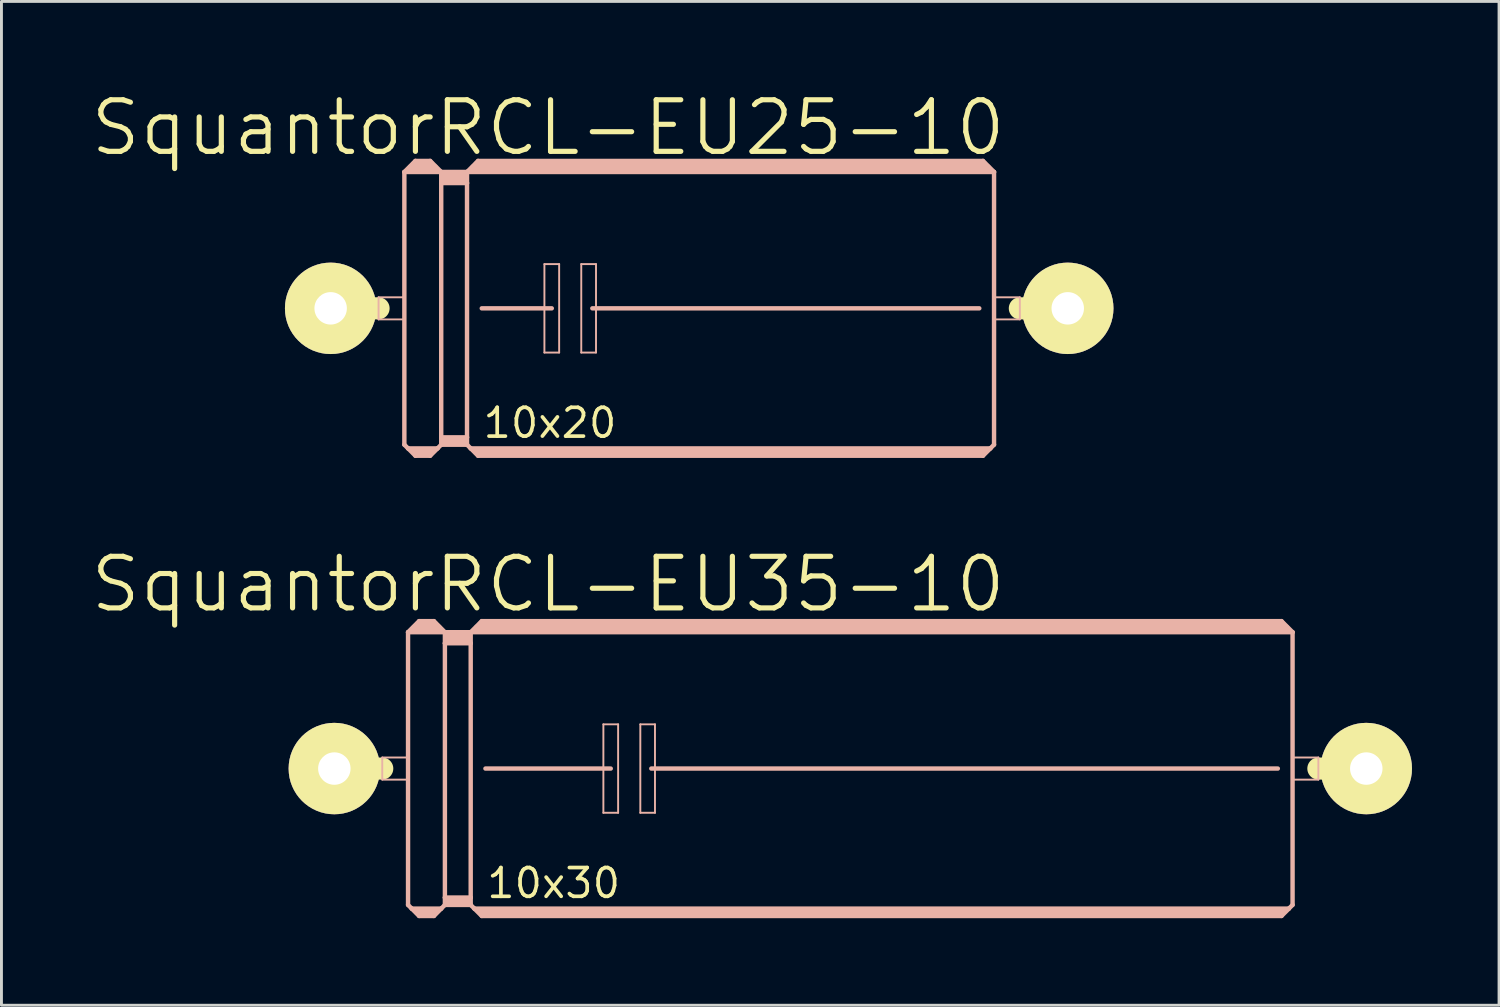
<source format=kicad_pcb>
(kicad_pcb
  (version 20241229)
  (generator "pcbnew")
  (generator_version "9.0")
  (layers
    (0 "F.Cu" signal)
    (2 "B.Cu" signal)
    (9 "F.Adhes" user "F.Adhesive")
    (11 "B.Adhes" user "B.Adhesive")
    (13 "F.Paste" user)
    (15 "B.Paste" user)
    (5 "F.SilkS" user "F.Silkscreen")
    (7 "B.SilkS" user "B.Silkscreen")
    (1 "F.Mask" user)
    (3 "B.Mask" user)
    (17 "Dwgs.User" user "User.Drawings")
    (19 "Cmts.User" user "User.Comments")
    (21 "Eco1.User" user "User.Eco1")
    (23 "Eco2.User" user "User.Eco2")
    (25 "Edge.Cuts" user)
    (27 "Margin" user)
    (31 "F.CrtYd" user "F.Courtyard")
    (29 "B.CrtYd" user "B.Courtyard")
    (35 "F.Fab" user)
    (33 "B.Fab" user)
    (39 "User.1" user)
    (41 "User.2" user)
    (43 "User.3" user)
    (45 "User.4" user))
  (footprint "SquantorRCL-EU25-10"
    (layer "F.Cu")
    (at 21.044 7.575)
    (property "Reference" "SquantorRCL-EU25-10" (at -5.207 -6.223 0) (layer "F.SilkS") (effects (font (size 1.778 1.778) (thickness 0.178))))
    (attr exclude_from_pos_files exclude_from_bom)
    (fp_line (start -12.7 0) (end -11.049 0) (stroke (width 0.762) (type solid)) (layer "F.SilkS"))
    (fp_line (start 12.7 0) (end 11.049 0) (stroke (width 0.762) (type solid)) (layer "F.SilkS"))
    (fp_line (start -11.049 -0.381) (end -10.16 -0.381) (stroke (width 0.066) (type solid)) (layer "B.SilkS"))
    (fp_line (start -11.049 0.381) (end -11.049 -0.381) (stroke (width 0.066) (type solid)) (layer "B.SilkS"))
    (fp_line (start -11.049 0.381) (end -10.16 0.381) (stroke (width 0.066) (type solid)) (layer "B.SilkS"))
    (fp_line (start -10.16 -4.699) (end -10.16 4.699) (stroke (width 0.152) (type solid)) (layer "B.SilkS"))
    (fp_line (start -10.16 -4.699) (end -9.779 -5.08) (stroke (width 0.152) (type solid)) (layer "B.SilkS"))
    (fp_line (start -10.16 -4.699) (end -8.89 -4.699) (stroke (width 0.152) (type solid)) (layer "B.SilkS"))
    (fp_line (start -10.16 0.381) (end -10.16 -0.381) (stroke (width 0.066) (type solid)) (layer "B.SilkS"))
    (fp_line (start -10.16 4.699) (end -10.033 4.826) (stroke (width 0.152) (type solid)) (layer "B.SilkS"))
    (fp_line (start -10.033 4.826) (end -9.779 5.08) (stroke (width 0.152) (type solid)) (layer "B.SilkS"))
    (fp_line (start -10.033 4.826) (end -9.017 4.826) (stroke (width 0.152) (type solid)) (layer "B.SilkS"))
    (fp_line (start -9.906 -4.826) (end -9.144 -4.826) (stroke (width 0.305) (type solid)) (layer "B.SilkS"))
    (fp_line (start -9.779 -5.08) (end -9.271 -5.08) (stroke (width 0.152) (type solid)) (layer "B.SilkS"))
    (fp_line (start -9.779 -4.953) (end -9.271 -4.953) (stroke (width 0.305) (type solid)) (layer "B.SilkS"))
    (fp_line (start -9.779 4.953) (end -9.271 4.953) (stroke (width 0.254) (type solid)) (layer "B.SilkS"))
    (fp_line (start -9.779 5.08) (end -9.271 5.08) (stroke (width 0.152) (type solid)) (layer "B.SilkS"))
    (fp_line (start -9.017 4.826) (end -9.271 5.08) (stroke (width 0.152) (type solid)) (layer "B.SilkS"))
    (fp_line (start -8.89 -4.699) (end -9.271 -5.08) (stroke (width 0.152) (type solid)) (layer "B.SilkS"))
    (fp_line (start -8.89 -4.699) (end -8.89 -4.318) (stroke (width 0.152) (type solid)) (layer "B.SilkS"))
    (fp_line (start -8.89 -4.699) (end -8.001 -4.699) (stroke (width 0.152) (type solid)) (layer "B.SilkS"))
    (fp_line (start -8.89 -4.318) (end -8.001 -4.318) (stroke (width 0.152) (type solid)) (layer "B.SilkS"))
    (fp_line (start -8.89 4.445) (end -8.89 -4.318) (stroke (width 0.152) (type solid)) (layer "B.SilkS"))
    (fp_line (start -8.89 4.445) (end -8.001 4.445) (stroke (width 0.152) (type solid)) (layer "B.SilkS"))
    (fp_line (start -8.89 4.699) (end -9.017 4.826) (stroke (width 0.152) (type solid)) (layer "B.SilkS"))
    (fp_line (start -8.89 4.699) (end -8.89 4.445) (stroke (width 0.152) (type solid)) (layer "B.SilkS"))
    (fp_line (start -8.89 4.699) (end -8.001 4.699) (stroke (width 0.152) (type solid)) (layer "B.SilkS"))
    (fp_line (start -8.76 -4.572) (end -8.128 -4.572) (stroke (width 0.305) (type solid)) (layer "B.SilkS"))
    (fp_line (start -8.76 -4.445) (end -8.128 -4.445) (stroke (width 0.305) (type solid)) (layer "B.SilkS"))
    (fp_line (start -8.76 4.572) (end -8.128 4.572) (stroke (width 0.254) (type solid)) (layer "B.SilkS"))
    (fp_line (start -8.001 -4.699) (end -8.001 -4.318) (stroke (width 0.152) (type solid)) (layer "B.SilkS"))
    (fp_line (start -8.001 -4.699) (end 10.16 -4.699) (stroke (width 0.152) (type solid)) (layer "B.SilkS"))
    (fp_line (start -8.001 -4.318) (end -8.001 4.445) (stroke (width 0.152) (type solid)) (layer "B.SilkS"))
    (fp_line (start -8.001 4.445) (end -8.001 4.699) (stroke (width 0.152) (type solid)) (layer "B.SilkS"))
    (fp_line (start -7.874 4.826) (end -8.001 4.699) (stroke (width 0.152) (type solid)) (layer "B.SilkS"))
    (fp_line (start -7.874 4.826) (end 10.033 4.826) (stroke (width 0.152) (type solid)) (layer "B.SilkS"))
    (fp_line (start -7.747 -4.826) (end 9.906 -4.826) (stroke (width 0.305) (type solid)) (layer "B.SilkS"))
    (fp_line (start -7.62 -5.08) (end -8.001 -4.699) (stroke (width 0.152) (type solid)) (layer "B.SilkS"))
    (fp_line (start -7.62 -5.08) (end 9.779 -5.08) (stroke (width 0.152) (type solid)) (layer "B.SilkS"))
    (fp_line (start -7.62 -4.953) (end 9.779 -4.953) (stroke (width 0.305) (type solid)) (layer "B.SilkS"))
    (fp_line (start -7.62 4.953) (end 9.779 4.953) (stroke (width 0.254) (type solid)) (layer "B.SilkS"))
    (fp_line (start -7.62 5.08) (end -7.874 4.826) (stroke (width 0.152) (type solid)) (layer "B.SilkS"))
    (fp_line (start -7.62 5.08) (end 9.779 5.08) (stroke (width 0.152) (type solid)) (layer "B.SilkS"))
    (fp_line (start -7.493 0) (end -5.08 0) (stroke (width 0.152) (type solid)) (layer "B.SilkS"))
    (fp_line (start -5.334 -1.524) (end -4.826 -1.524) (stroke (width 0.066) (type solid)) (layer "B.SilkS"))
    (fp_line (start -5.334 1.524) (end -5.334 -1.524) (stroke (width 0.066) (type solid)) (layer "B.SilkS"))
    (fp_line (start -5.334 1.524) (end -4.826 1.524) (stroke (width 0.066) (type solid)) (layer "B.SilkS"))
    (fp_line (start -4.826 1.524) (end -4.826 -1.524) (stroke (width 0.066) (type solid)) (layer "B.SilkS"))
    (fp_line (start -4.064 -1.524) (end -3.556 -1.524) (stroke (width 0.066) (type solid)) (layer "B.SilkS"))
    (fp_line (start -4.064 1.524) (end -4.064 -1.524) (stroke (width 0.066) (type solid)) (layer "B.SilkS"))
    (fp_line (start -4.064 1.524) (end -3.556 1.524) (stroke (width 0.066) (type solid)) (layer "B.SilkS"))
    (fp_line (start -3.683 0) (end 9.652 0) (stroke (width 0.152) (type solid)) (layer "B.SilkS"))
    (fp_line (start -3.556 1.524) (end -3.556 -1.524) (stroke (width 0.066) (type solid)) (layer "B.SilkS"))
    (fp_line (start 9.779 -5.08) (end 10.16 -4.699) (stroke (width 0.152) (type solid)) (layer "B.SilkS"))
    (fp_line (start 9.779 5.08) (end 10.033 4.826) (stroke (width 0.152) (type solid)) (layer "B.SilkS"))
    (fp_line (start 10.033 4.826) (end 10.16 4.699) (stroke (width 0.152) (type solid)) (layer "B.SilkS"))
    (fp_line (start 10.16 -4.699) (end 10.16 4.699) (stroke (width 0.152) (type solid)) (layer "B.SilkS"))
    (fp_line (start 10.16 -0.381) (end 11.049 -0.381) (stroke (width 0.066) (type solid)) (layer "B.SilkS"))
    (fp_line (start 10.16 0.381) (end 10.16 -0.381) (stroke (width 0.066) (type solid)) (layer "B.SilkS"))
    (fp_line (start 10.16 0.381) (end 11.049 0.381) (stroke (width 0.066) (type solid)) (layer "B.SilkS"))
    (fp_line (start 11.049 0.381) (end 11.049 -0.381) (stroke (width 0.066) (type solid)) (layer "B.SilkS"))
    (fp_text user "10x20" (at -5.144 3.95 0) (layer "F.SilkS") (effects (font (size 0.991 0.991) (thickness 0.127))))
    (pad "1" thru_hole circle (at -12.7 0) (size 3.15 3.15) (drill 1.118) (layers "*.Cu" "F.Mask" "F.SilkS" "F.Paste"))
    (pad "2" thru_hole circle (at 12.7 0) (size 3.15 3.15) (drill 1.118) (layers "*.Cu" "F.Mask" "F.SilkS" "F.Paste")))
  (footprint "SquantorRCL-EU35-10"
    (layer "F.Cu")
    (at 26.251 23.434)
    (property "Reference" "SquantorRCL-EU35-10" (at -10.414 -6.35 0) (layer "F.SilkS") (effects (font (size 1.778 1.778) (thickness 0.178))))
    (attr exclude_from_pos_files exclude_from_bom)
    (fp_line (start -17.78 0) (end -16.129 0) (stroke (width 0.762) (type solid)) (layer "F.SilkS"))
    (fp_line (start 17.78 0) (end 16.129 0) (stroke (width 0.762) (type solid)) (layer "F.SilkS"))
    (fp_line (start -16.129 -0.381) (end -15.24 -0.381) (stroke (width 0.066) (type solid)) (layer "B.SilkS"))
    (fp_line (start -16.129 0.381) (end -16.129 -0.381) (stroke (width 0.066) (type solid)) (layer "B.SilkS"))
    (fp_line (start -16.129 0.381) (end -15.24 0.381) (stroke (width 0.066) (type solid)) (layer "B.SilkS"))
    (fp_line (start -15.24 -4.699) (end -15.24 4.699) (stroke (width 0.152) (type solid)) (layer "B.SilkS"))
    (fp_line (start -15.24 -4.699) (end -14.859 -5.08) (stroke (width 0.152) (type solid)) (layer "B.SilkS"))
    (fp_line (start -15.24 -4.699) (end -13.97 -4.699) (stroke (width 0.152) (type solid)) (layer "B.SilkS"))
    (fp_line (start -15.24 0.381) (end -15.24 -0.381) (stroke (width 0.066) (type solid)) (layer "B.SilkS"))
    (fp_line (start -15.24 4.699) (end -15.113 4.826) (stroke (width 0.152) (type solid)) (layer "B.SilkS"))
    (fp_line (start -15.113 4.826) (end -14.859 5.08) (stroke (width 0.152) (type solid)) (layer "B.SilkS"))
    (fp_line (start -15.113 4.826) (end -14.097 4.826) (stroke (width 0.152) (type solid)) (layer "B.SilkS"))
    (fp_line (start -14.986 -4.826) (end -14.224 -4.826) (stroke (width 0.305) (type solid)) (layer "B.SilkS"))
    (fp_line (start -14.859 -5.08) (end -14.348 -5.08) (stroke (width 0.152) (type solid)) (layer "B.SilkS"))
    (fp_line (start -14.859 -4.953) (end -14.348 -4.953) (stroke (width 0.305) (type solid)) (layer "B.SilkS"))
    (fp_line (start -14.859 4.953) (end -14.348 4.953) (stroke (width 0.254) (type solid)) (layer "B.SilkS"))
    (fp_line (start -14.859 5.08) (end -14.348 5.08) (stroke (width 0.152) (type solid)) (layer "B.SilkS"))
    (fp_line (start -14.097 4.826) (end -14.348 5.08) (stroke (width 0.152) (type solid)) (layer "B.SilkS"))
    (fp_line (start -13.97 -4.699) (end -14.348 -5.08) (stroke (width 0.152) (type solid)) (layer "B.SilkS"))
    (fp_line (start -13.97 -4.699) (end -13.97 -4.318) (stroke (width 0.152) (type solid)) (layer "B.SilkS"))
    (fp_line (start -13.97 -4.699) (end -13.081 -4.699) (stroke (width 0.152) (type solid)) (layer "B.SilkS"))
    (fp_line (start -13.97 -4.318) (end -13.081 -4.318) (stroke (width 0.152) (type solid)) (layer "B.SilkS"))
    (fp_line (start -13.97 4.445) (end -13.97 -4.318) (stroke (width 0.152) (type solid)) (layer "B.SilkS"))
    (fp_line (start -13.97 4.445) (end -13.081 4.445) (stroke (width 0.152) (type solid)) (layer "B.SilkS"))
    (fp_line (start -13.97 4.699) (end -14.097 4.826) (stroke (width 0.152) (type solid)) (layer "B.SilkS"))
    (fp_line (start -13.97 4.699) (end -13.97 4.445) (stroke (width 0.152) (type solid)) (layer "B.SilkS"))
    (fp_line (start -13.97 4.699) (end -13.081 4.699) (stroke (width 0.152) (type solid)) (layer "B.SilkS"))
    (fp_line (start -13.843 -4.572) (end -13.208 -4.572) (stroke (width 0.305) (type solid)) (layer "B.SilkS"))
    (fp_line (start -13.843 -4.445) (end -13.208 -4.445) (stroke (width 0.305) (type solid)) (layer "B.SilkS"))
    (fp_line (start -13.843 4.572) (end -13.208 4.572) (stroke (width 0.254) (type solid)) (layer "B.SilkS"))
    (fp_line (start -13.081 -4.699) (end -13.081 -4.318) (stroke (width 0.152) (type solid)) (layer "B.SilkS"))
    (fp_line (start -13.081 -4.699) (end 15.24 -4.699) (stroke (width 0.152) (type solid)) (layer "B.SilkS"))
    (fp_line (start -13.081 -4.318) (end -13.081 4.445) (stroke (width 0.152) (type solid)) (layer "B.SilkS"))
    (fp_line (start -13.081 4.445) (end -13.081 4.699) (stroke (width 0.152) (type solid)) (layer "B.SilkS"))
    (fp_line (start -12.954 4.826) (end -13.081 4.699) (stroke (width 0.152) (type solid)) (layer "B.SilkS"))
    (fp_line (start -12.954 4.826) (end 15.113 4.826) (stroke (width 0.152) (type solid)) (layer "B.SilkS"))
    (fp_line (start -12.827 -4.826) (end 14.986 -4.826) (stroke (width 0.305) (type solid)) (layer "B.SilkS"))
    (fp_line (start -12.7 -5.08) (end -13.081 -4.699) (stroke (width 0.152) (type solid)) (layer "B.SilkS"))
    (fp_line (start -12.7 -5.08) (end 14.859 -5.08) (stroke (width 0.152) (type solid)) (layer "B.SilkS"))
    (fp_line (start -12.7 -4.953) (end 14.859 -4.953) (stroke (width 0.305) (type solid)) (layer "B.SilkS"))
    (fp_line (start -12.7 4.953) (end 14.859 4.953) (stroke (width 0.254) (type solid)) (layer "B.SilkS"))
    (fp_line (start -12.7 5.08) (end -12.954 4.826) (stroke (width 0.152) (type solid)) (layer "B.SilkS"))
    (fp_line (start -12.7 5.08) (end 14.859 5.08) (stroke (width 0.152) (type solid)) (layer "B.SilkS"))
    (fp_line (start -12.573 0) (end -8.255 0) (stroke (width 0.152) (type solid)) (layer "B.SilkS"))
    (fp_line (start -8.509 -1.524) (end -8.001 -1.524) (stroke (width 0.066) (type solid)) (layer "B.SilkS"))
    (fp_line (start -8.509 1.524) (end -8.509 -1.524) (stroke (width 0.066) (type solid)) (layer "B.SilkS"))
    (fp_line (start -8.509 1.524) (end -8.001 1.524) (stroke (width 0.066) (type solid)) (layer "B.SilkS"))
    (fp_line (start -8.001 1.524) (end -8.001 -1.524) (stroke (width 0.066) (type solid)) (layer "B.SilkS"))
    (fp_line (start -7.236 -1.524) (end -6.731 -1.524) (stroke (width 0.066) (type solid)) (layer "B.SilkS"))
    (fp_line (start -7.236 1.524) (end -7.236 -1.524) (stroke (width 0.066) (type solid)) (layer "B.SilkS"))
    (fp_line (start -7.236 1.524) (end -6.731 1.524) (stroke (width 0.066) (type solid)) (layer "B.SilkS"))
    (fp_line (start -6.858 0) (end 14.732 0) (stroke (width 0.152) (type solid)) (layer "B.SilkS"))
    (fp_line (start -6.731 1.524) (end -6.731 -1.524) (stroke (width 0.066) (type solid)) (layer "B.SilkS"))
    (fp_line (start 14.859 -5.08) (end 15.24 -4.699) (stroke (width 0.152) (type solid)) (layer "B.SilkS"))
    (fp_line (start 14.859 5.08) (end 15.113 4.826) (stroke (width 0.152) (type solid)) (layer "B.SilkS"))
    (fp_line (start 15.113 4.826) (end 15.24 4.699) (stroke (width 0.152) (type solid)) (layer "B.SilkS"))
    (fp_line (start 15.24 -4.699) (end 15.24 4.699) (stroke (width 0.152) (type solid)) (layer "B.SilkS"))
    (fp_line (start 15.24 -0.381) (end 16.129 -0.381) (stroke (width 0.066) (type solid)) (layer "B.SilkS"))
    (fp_line (start 15.24 0.381) (end 15.24 -0.381) (stroke (width 0.066) (type solid)) (layer "B.SilkS"))
    (fp_line (start 15.24 0.381) (end 16.129 0.381) (stroke (width 0.066) (type solid)) (layer "B.SilkS"))
    (fp_line (start 16.129 0.381) (end 16.129 -0.381) (stroke (width 0.066) (type solid)) (layer "B.SilkS"))
    (fp_text user "10x30" (at -10.223 3.95 0) (layer "F.SilkS") (effects (font (size 0.991 0.991) (thickness 0.127))))
    (pad "1" thru_hole circle (at -17.78 0) (size 3.15 3.15) (drill 1.118) (layers "*.Cu" "F.Mask" "F.SilkS" "F.Paste"))
    (pad "2" thru_hole circle (at 17.78 0) (size 3.15 3.15) (drill 1.118) (layers "*.Cu" "F.Mask" "F.SilkS" "F.Paste")))
  (gr_rect
    (start -3 -3)
    (end 48.606 31.59)
    (stroke (width 0.1) (type default))
    (fill no)
    (layer "Edge.Cuts")))
</source>
